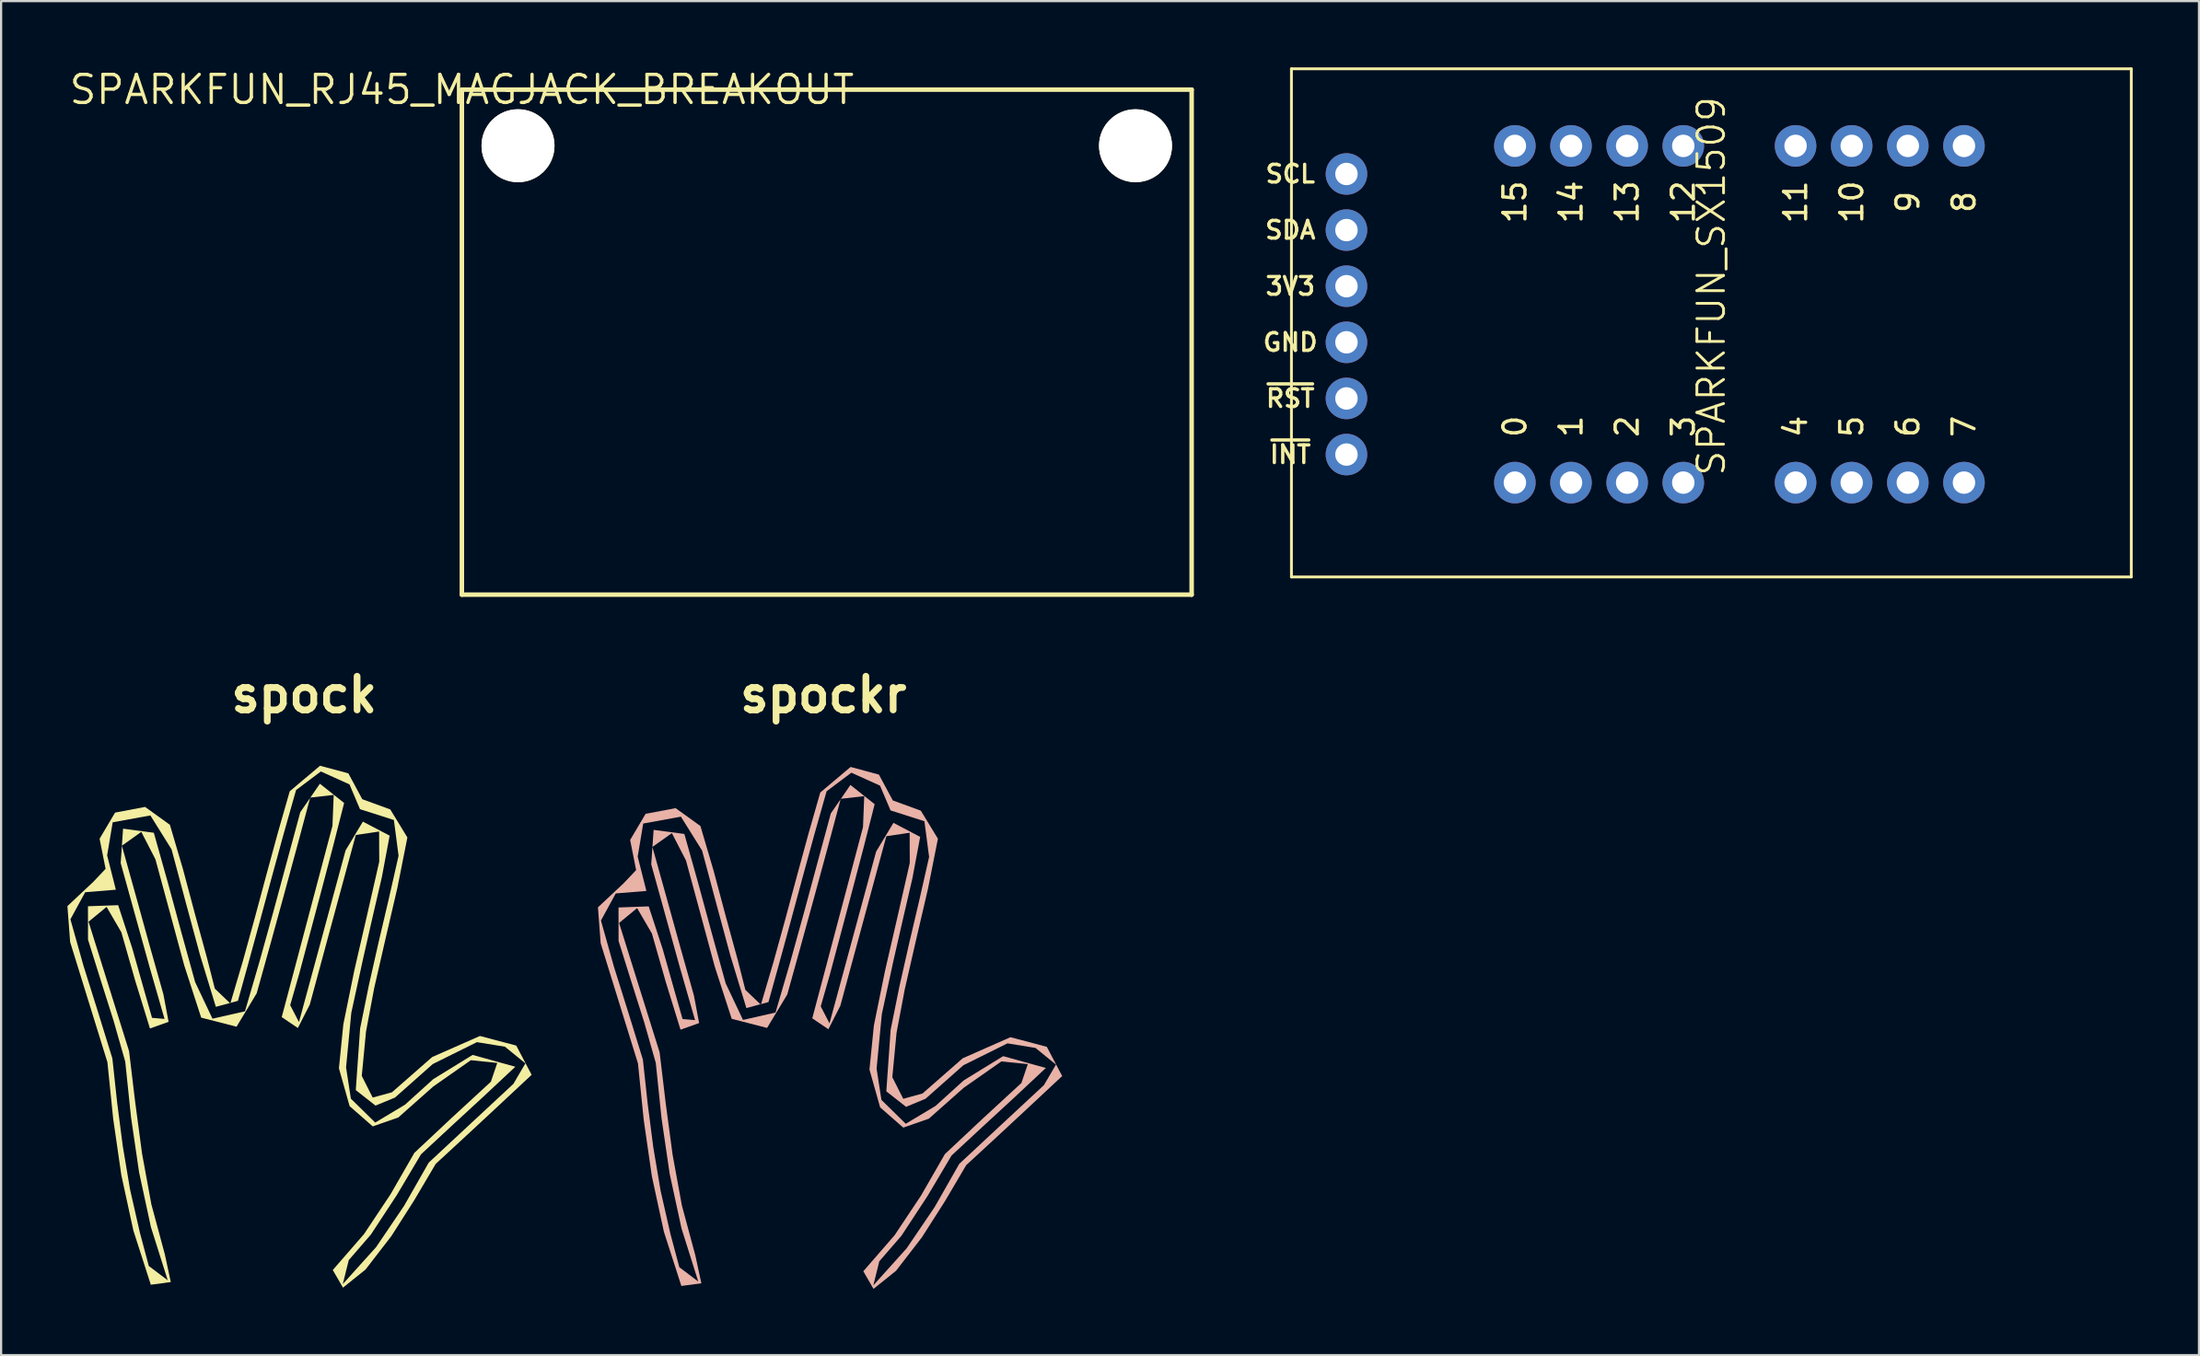
<source format=kicad_pcb>
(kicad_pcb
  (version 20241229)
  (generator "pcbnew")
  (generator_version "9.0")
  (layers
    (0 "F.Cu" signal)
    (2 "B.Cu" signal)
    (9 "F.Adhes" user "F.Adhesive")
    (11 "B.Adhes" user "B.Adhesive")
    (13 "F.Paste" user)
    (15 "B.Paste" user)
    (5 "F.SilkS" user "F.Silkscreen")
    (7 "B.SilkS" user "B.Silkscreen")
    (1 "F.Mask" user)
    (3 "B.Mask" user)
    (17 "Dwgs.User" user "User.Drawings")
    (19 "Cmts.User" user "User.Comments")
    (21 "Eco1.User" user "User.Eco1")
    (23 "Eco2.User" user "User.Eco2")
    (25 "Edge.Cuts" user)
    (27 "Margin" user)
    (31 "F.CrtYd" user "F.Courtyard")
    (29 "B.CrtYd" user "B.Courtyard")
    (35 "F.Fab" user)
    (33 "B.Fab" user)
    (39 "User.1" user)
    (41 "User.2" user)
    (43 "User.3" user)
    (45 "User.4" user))
  (footprint "SPARKFUN_SX1509"
    (layer "F.Cu")
    (at 74.383 20.064)
    (property "Reference" "SPARKFUN_SX1509" (at 0 -10.16 270) (layer "F.SilkS") (effects (font (size 1.206 1.206) (thickness 0.127))))
    (attr through_hole)
    (fp_line (start -19 -20) (end 19 -20) (stroke (width 0.127) (type solid)) (layer "F.SilkS"))
    (fp_line (start -19 3) (end -19 -20) (stroke (width 0.127) (type solid)) (layer "F.SilkS"))
    (fp_line (start -19 3) (end 19 3) (stroke (width 0.127) (type solid)) (layer "F.SilkS"))
    (fp_line (start 19 -20) (end 19 3) (stroke (width 0.127) (type solid)) (layer "F.SilkS"))
    (fp_text user "3" (at -1.27 -3.81 270) (layer "F.SilkS") (effects (font (size 1 1) (thickness 0.15))))
    (fp_text user "11" (at 3.81 -13.97 270) (layer "F.SilkS") (effects (font (size 1 1) (thickness 0.15))))
    (fp_text user "14" (at -6.35 -13.97 270) (layer "F.SilkS") (effects (font (size 1 1) (thickness 0.15))))
    (fp_text user "3V3" (at -19.05 -10.16 0) (layer "F.SilkS") (effects (font (size 0.8 0.8) (thickness 0.15))))
    (fp_text user "1" (at -6.35 -3.81 270) (layer "F.SilkS") (effects (font (size 1 1) (thickness 0.15))))
    (fp_text user "13" (at -3.81 -13.97 270) (layer "F.SilkS") (effects (font (size 1 1) (thickness 0.15))))
    (fp_text user "15" (at -8.89 -13.97 270) (layer "F.SilkS") (effects (font (size 1 1) (thickness 0.15))))
    (fp_text user "9" (at 8.89 -13.97 270) (layer "F.SilkS") (effects (font (size 1 1) (thickness 0.15))))
    (fp_text user "8" (at 11.43 -13.97 270) (layer "F.SilkS") (effects (font (size 1 1) (thickness 0.15))))
    (fp_text user "6" (at 8.89 -3.81 270) (layer "F.SilkS") (effects (font (size 1 1) (thickness 0.15))))
    (fp_text user "10" (at 6.35 -13.97 270) (layer "F.SilkS") (effects (font (size 1 1) (thickness 0.15))))
    (fp_text user "~{RST}" (at -19.05 -5.08 0) (layer "F.SilkS") (effects (font (size 0.8 0.8) (thickness 0.15))))
    (fp_text user "4" (at 3.81 -3.81 270) (layer "F.SilkS") (effects (font (size 1 1) (thickness 0.15))))
    (fp_text user "~{INT}" (at -19.05 -2.54 0) (layer "F.SilkS") (effects (font (size 0.8 0.8) (thickness 0.15))))
    (fp_text user "5" (at 6.35 -3.81 270) (layer "F.SilkS") (effects (font (size 1 1) (thickness 0.15))))
    (fp_text user "12" (at -1.27 -13.97 270) (layer "F.SilkS") (effects (font (size 1 1) (thickness 0.15))))
    (fp_text user "7" (at 11.43 -3.81 270) (layer "F.SilkS") (effects (font (size 1 1) (thickness 0.15))))
    (fp_text user "GND" (at -19.05 -7.62 0) (layer "F.SilkS") (effects (font (size 0.8 0.8) (thickness 0.15))))
    (fp_text user "SDA" (at -19.05 -12.7 0) (layer "F.SilkS") (effects (font (size 0.8 0.8) (thickness 0.15))))
    (fp_text user "0" (at -8.89 -3.81 270) (layer "F.SilkS") (effects (font (size 1 1) (thickness 0.15))))
    (fp_text user "2" (at -3.81 -3.81 270) (layer "F.SilkS") (effects (font (size 1 1) (thickness 0.15))))
    (fp_text user "SCL" (at -19.05 -15.24 0) (layer "F.SilkS") (effects (font (size 0.8 0.8) (thickness 0.15))))
    (pad "0" thru_hole circle (at -8.89 -1.27 270) (size 1.88 1.88) (drill 1.016) (layers "*.Cu" "*.Mask"))
    (pad "1" thru_hole circle (at -6.35 -1.27 270) (size 1.88 1.88) (drill 1.016) (layers "*.Cu" "*.Mask"))
    (pad "2" thru_hole circle (at -3.81 -1.27 270) (size 1.88 1.88) (drill 1.016) (layers "*.Cu" "*.Mask"))
    (pad "3" thru_hole circle (at -1.27 -1.27 270) (size 1.88 1.88) (drill 1.016) (layers "*.Cu" "*.Mask"))
    (pad "3V3" thru_hole circle (at -16.51 -10.16) (size 1.88 1.88) (drill 1.016) (layers "*.Cu" "*.Mask"))
    (pad "4" thru_hole circle (at 3.81 -1.27 270) (size 1.88 1.88) (drill 1.016) (layers "*.Cu" "*.Mask"))
    (pad "5" thru_hole circle (at 6.35 -1.27 270) (size 1.88 1.88) (drill 1.016) (layers "*.Cu" "*.Mask"))
    (pad "6" thru_hole circle (at 8.89 -1.27 270) (size 1.88 1.88) (drill 1.016) (layers "*.Cu" "*.Mask"))
    (pad "7" thru_hole circle (at 11.43 -1.27 270) (size 1.88 1.88) (drill 1.016) (layers "*.Cu" "*.Mask"))
    (pad "8" thru_hole circle (at 11.43 -16.51 270) (size 1.88 1.88) (drill 1.016) (layers "*.Cu" "*.Mask"))
    (pad "9" thru_hole circle (at 8.89 -16.51 270) (size 1.88 1.88) (drill 1.016) (layers "*.Cu" "*.Mask"))
    (pad "10" thru_hole circle (at 6.35 -16.51 270) (size 1.88 1.88) (drill 1.016) (layers "*.Cu" "*.Mask"))
    (pad "11" thru_hole circle (at 3.81 -16.51 270) (size 1.88 1.88) (drill 1.016) (layers "*.Cu" "*.Mask"))
    (pad "12" thru_hole circle (at -1.27 -16.51 270) (size 1.88 1.88) (drill 1.016) (layers "*.Cu" "*.Mask"))
    (pad "13" thru_hole circle (at -3.81 -16.51 270) (size 1.88 1.88) (drill 1.016) (layers "*.Cu" "*.Mask"))
    (pad "14" thru_hole circle (at -6.35 -16.51 270) (size 1.88 1.88) (drill 1.016) (layers "*.Cu" "*.Mask"))
    (pad "15" thru_hole circle (at -8.89 -16.51 270) (size 1.88 1.88) (drill 1.016) (layers "*.Cu" "*.Mask"))
    (pad "GND" thru_hole circle (at -16.51 -7.62) (size 1.88 1.88) (drill 1.016) (layers "*.Cu" "*.Mask"))
    (pad "SCL" thru_hole circle (at -16.51 -15.24) (size 1.88 1.88) (drill 1.016) (layers "*.Cu" "*.Mask"))
    (pad "SDA" thru_hole circle (at -16.51 -12.7) (size 1.88 1.88) (drill 1.016) (layers "*.Cu" "*.Mask"))
    (pad "~INT" thru_hole circle (at -16.51 -2.54) (size 1.88 1.88) (drill 1.016) (layers "*.Cu" "*.Mask"))
    (pad "~RST" thru_hole circle (at -16.51 -5.08) (size 1.88 1.88) (drill 1.016) (layers "*.Cu" "*.Mask")))
  (footprint "SPARKFUN_RJ45_MAGJACK_BREAKOUT"
    (layer "F.Cu")
    (at 17.848 1.006)
    (property "Reference" "SPARKFUN_RJ45_MAGJACK_BREAKOUT" (at 0 0 0) (layer "F.SilkS") (effects (font (size 1.27 1.27) (thickness 0.15))))
    (attr through_hole)
    (fp_line (start 0 0) (end 33.02 0) (stroke (width 0.203) (type solid)) (layer "F.SilkS"))
    (fp_line (start 0 22.86) (end 0 0) (stroke (width 0.203) (type solid)) (layer "F.SilkS"))
    (fp_line (start 33.02 0) (end 33.02 22.86) (stroke (width 0.203) (type solid)) (layer "F.SilkS"))
    (fp_line (start 33.02 22.86) (end 0 22.86) (stroke (width 0.203) (type solid)) (layer "F.SilkS"))
    (pad "" np_thru_hole circle (at 2.54 2.54) (size 3.302 3.302) (drill 3.302) (layers "*.Cu" "*.Mask" "F.SilkS"))
    (pad "" np_thru_hole circle (at 30.48 2.54) (size 3.302 3.302) (drill 3.302) (layers "*.Cu" "*.Mask" "F.SilkS")))
  (footprint "spock"
    (layer "F.Cu")
    (at 10.712 43.776)
    (property "Reference" "spock" (at 0 -15.382 0) (layer "F.SilkS") (effects (font (size 1.524 1.524) (thickness 0.305))))
    (attr smd)
    (fp_poly (pts (xy 2.629 -10.653) (xy 4.06 -9.711) (xy 2.526 -10.201) (xy 2.051 -11.323) (xy 0.755 -11.908) (xy -0.366 -11.066) (xy -0.931 -9.071) (xy -1.479 -7.071) (xy -2.02 -5.07) (xy -2.568 -3.07) (xy -2.997 -1.525) (xy -3.996 -1.255) (xy -4.716 -3.614) (xy -5.361 -5.996) (xy -5.999 -8.38) (xy -6.958 -9.918) (xy -8.663 -9.607) (xy -8.914 -8.11) (xy -8.52 -6.556) (xy -9.907 -6.442) (xy -10.576 -5.216) (xy -9.983 -3.109) (xy -9.326 -1.016) (xy -8.678 1.079) (xy -8.463 3.066) (xy -8.207 5.049) (xy -7.876 7.02) (xy -7.432 8.969) (xy -7.029 10.476) (xy -6.173 11.123) (xy -6.934 8.712) (xy -7.467 6.244) (xy -7.834 3.741) (xy -8.095 1.227) (xy -8.622 -0.622) (xy -9.204 -2.458) (xy -9.779 -4.295) (xy -9.782 -5.807) (xy -8.415 -5.856) (xy -7.778 -3.906) (xy -7.217 -1.926) (xy -6.883 -0.756) (xy -6.318 -0.708) (xy -6.994 -3.054) (xy -7.648 -5.407) (xy -8.301 -7.76) (xy -8.194 -9.319) (xy -6.802 -9.134) (xy -6.169 -6.883) (xy -5.556 -4.626) (xy -4.932 -2.372) (xy -4.148 -0.718) (xy -2.678 -1.052) (xy -2.023 -3.296) (xy -1.397 -5.548) (xy -0.787 -7.805) (xy -0.176 -10.062) (xy 0.712 -11.353) (xy 1.809 -10.482) (xy 1.316 -8.55) (xy 0.809 -6.623) (xy 0.296 -4.697) (xy -0.218 -2.771) (xy -0.632 -1.33) (xy -0.235 -0.564) (xy 0.293 -2.506) (xy 0.82 -4.449) (xy 1.346 -6.392) (xy 1.874 -8.335) (xy 2.657 -9.637) (xy 3.868 -9.003) (xy 3.517 -7.131) (xy 3.085 -5.269) (xy 2.661 -3.407) (xy 2.133 -0.982) (xy 1.896 1.487) (xy 2.114 2.902) (xy 3.216 3.983) (xy 4.561 3.176) (xy 5.841 2.018) (xy 7.622 0.922) (xy 9.555 1.457) (xy 8.139 2.784) (xy 6.711 4.099) (xy 5.289 5.419) (xy 4.197 7.258) (xy 3.021 9.05) (xy 2.018 10.21) (xy 1.748 11.295) (xy 3.255 9.622) (xy 4.519 7.756) (xy 5.636 5.797) (xy 7.551 4.015) (xy 9.467 2.233) (xy 10.011 1.305) (xy 9.084 0.55) (xy 7.817 0.344) (xy 5.82 1.335) (xy 4.11 2.852) (xy 3.229 3.216) (xy 2.336 2.515) (xy 2.532 -0.274) (xy 2.929 -2.235) (xy 3.371 -4.189) (xy 3.829 -6.14) (xy 4.272 -8.093) (xy 4.06 -9.711) (xy 2.629 -10.653) (xy 3.897 -10.189) (xy 4.671 -8.92) (xy 4.219 -6.644) (xy 3.692 -4.38) (xy 3.172 -2.115) (xy 2.799 -0.134) (xy 2.607 1.873) (xy 3.101 2.852) (xy 3.973 2.613) (xy 5.794 1.017) (xy 7.953 0.065) (xy 9.597 0.499) (xy 10.293 1.822) (xy 8.85 3.17) (xy 7.403 4.515) (xy 5.952 5.855) (xy 4.977 7.505) (xy 3.947 9.12) (xy 2.777 10.636) (xy 1.756 11.456) (xy 1.295 10.658) (xy 2.711 9.028) (xy 3.909 7.229) (xy 4.987 5.354) (xy 6.711 3.738) (xy 8.449 2.136) (xy 8.737 1.285) (xy 7.543 1.161) (xy 5.84 2.353) (xy 4.262 3.752) (xy 3.104 4.157) (xy 2.057 3.241) (xy 1.573 1.527) (xy 1.773 -0.464) (xy 2.274 -2.923) (xy 2.839 -5.373) (xy 3.397 -7.823) (xy 3.392 -9.189) (xy 2.337 -9.032) (xy 1.816 -7.114) (xy 1.295 -5.195) (xy 0.775 -3.277) (xy 0.256 -1.359) (xy -0.285 -0.296) (xy -1.015 -0.79) (xy -0.44 -2.954) (xy 0.134 -5.119) (xy 0.707 -7.283) (xy 1.281 -9.448) (xy 1.337 -10.846) (xy 0.273 -10.725) (xy -0.32 -8.508) (xy -0.922 -6.293) (xy -1.531 -4.079) (xy -2.147 -1.868) (xy -3.059 -0.355) (xy -4.659 -0.766) (xy -5.426 -3.129) (xy -6.077 -5.532) (xy -6.73 -7.934) (xy -7.368 -9.173) (xy -8.247 -8.547) (xy -7.622 -6.305) (xy -7.001 -4.062) (xy -6.369 -1.823) (xy -6.134 -0.575) (xy -6.977 -0.275) (xy -7.645 -2.442) (xy -8.271 -4.63) (xy -8.94 -5.778) (xy -9.755 -5.107) (xy -7.922 0.751) (xy -7.644 3.068) (xy -7.335 5.385) (xy -6.914 7.682) (xy -6.306 9.938) (xy -6.034 11.202) (xy -6.938 11.324) (xy -7.727 8.874) (xy -8.272 6.362) (xy -8.641 3.812) (xy -8.902 1.252) (xy -10.588 -4.187) (xy -10.712 -5.813) (xy -9.545 -6.908) (xy -8.984 -7.5) (xy -9.256 -8.862) (xy -8.555 -10.046) (xy -7.198 -10.303) (xy -6.075 -9.495) (xy -5.482 -7.482) (xy -4.94 -5.452) (xy -4.385 -3.426) (xy -4.042 -2.079) (xy -3.34 -1.407) (xy -2.771 -3.334) (xy -2.236 -5.271) (xy -1.714 -7.212) (xy -1.185 -9.151) (xy -0.653 -11.01) (xy 0.719 -12.167) (xy 2.001 -11.822) (xy 2.629 -10.653)) (stroke (width 0) (type solid)) (fill yes) (layer "F.SilkS")))
  (footprint "spockr"
    (layer "F.Cu")
    (at 34.205 43.776)
    (property "Reference" "spockr" (at 0 -15.382 0) (layer "F.SilkS") (effects (font (size 1.524 1.524) (thickness 0.305))))
    (attr smd)
    (fp_poly (pts (xy 3.141 -10.597) (xy 4.572 -9.655) (xy 3.039 -10.145) (xy 2.563 -11.267) (xy 1.267 -11.852) (xy 0.146 -11.011) (xy -0.419 -9.016) (xy -0.967 -7.016) (xy -1.508 -5.014) (xy -2.056 -3.014) (xy -2.485 -1.47) (xy -3.484 -1.199) (xy -4.204 -3.558) (xy -4.849 -5.941) (xy -5.487 -8.325) (xy -6.446 -9.862) (xy -8.151 -9.551) (xy -8.402 -8.055) (xy -8.008 -6.5) (xy -9.395 -6.387) (xy -10.064 -5.161) (xy -9.471 -3.053) (xy -8.814 -0.961) (xy -8.166 1.134) (xy -7.951 3.121) (xy -7.695 5.105) (xy -7.364 7.075) (xy -6.92 9.024) (xy -6.517 10.532) (xy -5.661 11.179) (xy -6.421 8.768) (xy -6.955 6.299) (xy -7.322 3.796) (xy -7.583 1.282) (xy -8.11 -0.566) (xy -8.692 -2.402) (xy -9.267 -4.24) (xy -9.269 -5.752) (xy -7.903 -5.801) (xy -7.265 -3.851) (xy -6.705 -1.87) (xy -6.371 -0.7) (xy -5.806 -0.653) (xy -6.482 -2.999) (xy -7.136 -5.351) (xy -7.789 -7.704) (xy -7.681 -9.264) (xy -6.29 -9.079) (xy -5.657 -6.827) (xy -5.044 -4.571) (xy -4.42 -2.317) (xy -3.636 -0.662) (xy -2.166 -0.996) (xy -1.51 -3.24) (xy -0.885 -5.493) (xy -0.275 -7.75) (xy 0.336 -10.007) (xy 1.224 -11.297) (xy 2.321 -10.426) (xy 1.828 -8.495) (xy 1.321 -6.567) (xy 0.808 -4.642) (xy 0.294 -2.716) (xy -0.12 -1.275) (xy 0.277 -0.508) (xy 0.805 -2.451) (xy 1.332 -4.394) (xy 1.859 -6.337) (xy 2.386 -8.28) (xy 3.17 -9.582) (xy 4.38 -8.947) (xy 4.029 -7.076) (xy 3.598 -5.214) (xy 3.173 -3.352) (xy 2.645 -0.927) (xy 2.408 1.542) (xy 2.626 2.957) (xy 3.728 4.038) (xy 5.073 3.232) (xy 6.353 2.073) (xy 8.134 0.978) (xy 10.067 1.512) (xy 8.651 2.839) (xy 7.224 4.154) (xy 5.801 5.474) (xy 4.709 7.314) (xy 3.533 9.105) (xy 2.53 10.265) (xy 2.261 11.351) (xy 3.767 9.677) (xy 5.032 7.812) (xy 6.148 5.853) (xy 8.063 4.07) (xy 9.979 2.289) (xy 10.524 1.36) (xy 9.596 0.605) (xy 8.329 0.399) (xy 6.332 1.391) (xy 4.622 2.907) (xy 3.741 3.272) (xy 2.848 2.571) (xy 3.044 -0.218) (xy 3.441 -2.18) (xy 3.883 -4.134) (xy 4.341 -6.084) (xy 4.784 -8.038) (xy 4.572 -9.655) (xy 3.141 -10.597) (xy 4.409 -10.133) (xy 5.183 -8.864) (xy 4.731 -6.589) (xy 4.204 -4.325) (xy 3.685 -2.06) (xy 3.311 -0.079) (xy 3.119 1.929) (xy 3.614 2.908) (xy 4.485 2.668) (xy 6.306 1.073) (xy 8.465 0.12) (xy 10.11 0.555) (xy 10.805 1.878) (xy 9.362 3.226) (xy 7.915 4.571) (xy 6.464 5.91) (xy 5.49 7.561) (xy 4.459 9.176) (xy 3.289 10.692) (xy 2.268 11.511) (xy 1.807 10.714) (xy 3.223 9.083) (xy 4.421 7.284) (xy 5.499 5.41) (xy 7.223 3.793) (xy 8.961 2.191) (xy 9.249 1.34) (xy 8.055 1.216) (xy 6.352 2.408) (xy 4.774 3.807) (xy 3.616 4.212) (xy 2.569 3.297) (xy 2.085 1.583) (xy 2.285 -0.408) (xy 2.786 -2.868) (xy 3.351 -5.317) (xy 3.909 -7.768) (xy 3.904 -9.134) (xy 2.849 -8.976) (xy 2.328 -7.058) (xy 1.808 -5.14) (xy 1.287 -3.222) (xy 0.768 -1.303) (xy 0.227 -0.241) (xy -0.503 -0.734) (xy 0.072 -2.899) (xy 0.646 -5.063) (xy 1.22 -7.228) (xy 1.793 -9.392) (xy 1.849 -10.791) (xy 0.785 -10.67) (xy 0.192 -8.452) (xy -0.41 -6.237) (xy -1.019 -4.024) (xy -1.634 -1.813) (xy -2.547 -0.3) (xy -4.147 -0.711) (xy -4.914 -3.073) (xy -5.565 -5.477) (xy -6.217 -7.879) (xy -6.855 -9.117) (xy -7.735 -8.491) (xy -7.11 -6.249) (xy -6.488 -4.007) (xy -5.857 -1.767) (xy -5.622 -0.52) (xy -6.464 -0.22) (xy -7.133 -2.387) (xy -7.759 -4.575) (xy -8.428 -5.723) (xy -9.243 -5.051) (xy -7.409 0.806) (xy -7.132 3.123) (xy -6.822 5.441) (xy -6.402 7.737) (xy -5.794 9.993) (xy -5.521 11.258) (xy -6.426 11.379) (xy -7.215 8.93) (xy -7.76 6.417) (xy -8.128 3.868) (xy -8.389 1.308) (xy -10.076 -4.131) (xy -10.2 -5.757) (xy -9.033 -6.852) (xy -8.472 -7.444) (xy -8.744 -8.807) (xy -8.043 -9.991) (xy -6.686 -10.247) (xy -5.563 -9.439) (xy -4.97 -7.427) (xy -4.428 -5.396) (xy -3.873 -3.37) (xy -3.53 -2.023) (xy -2.827 -1.351) (xy -2.259 -3.279) (xy -1.724 -5.216) (xy -1.202 -7.157) (xy -0.673 -9.095) (xy -0.141 -10.955) (xy 1.231 -12.112) (xy 2.513 -11.766) (xy 3.141 -10.597)) (stroke (width 0) (type solid)) (fill yes) (layer "B.SilkS")))
  (gr_rect
    (start -3 -3)
    (end 96.447 58.287)
    (stroke (width 0.1) (type default))
    (fill no)
    (layer "Edge.Cuts")))
</source>
